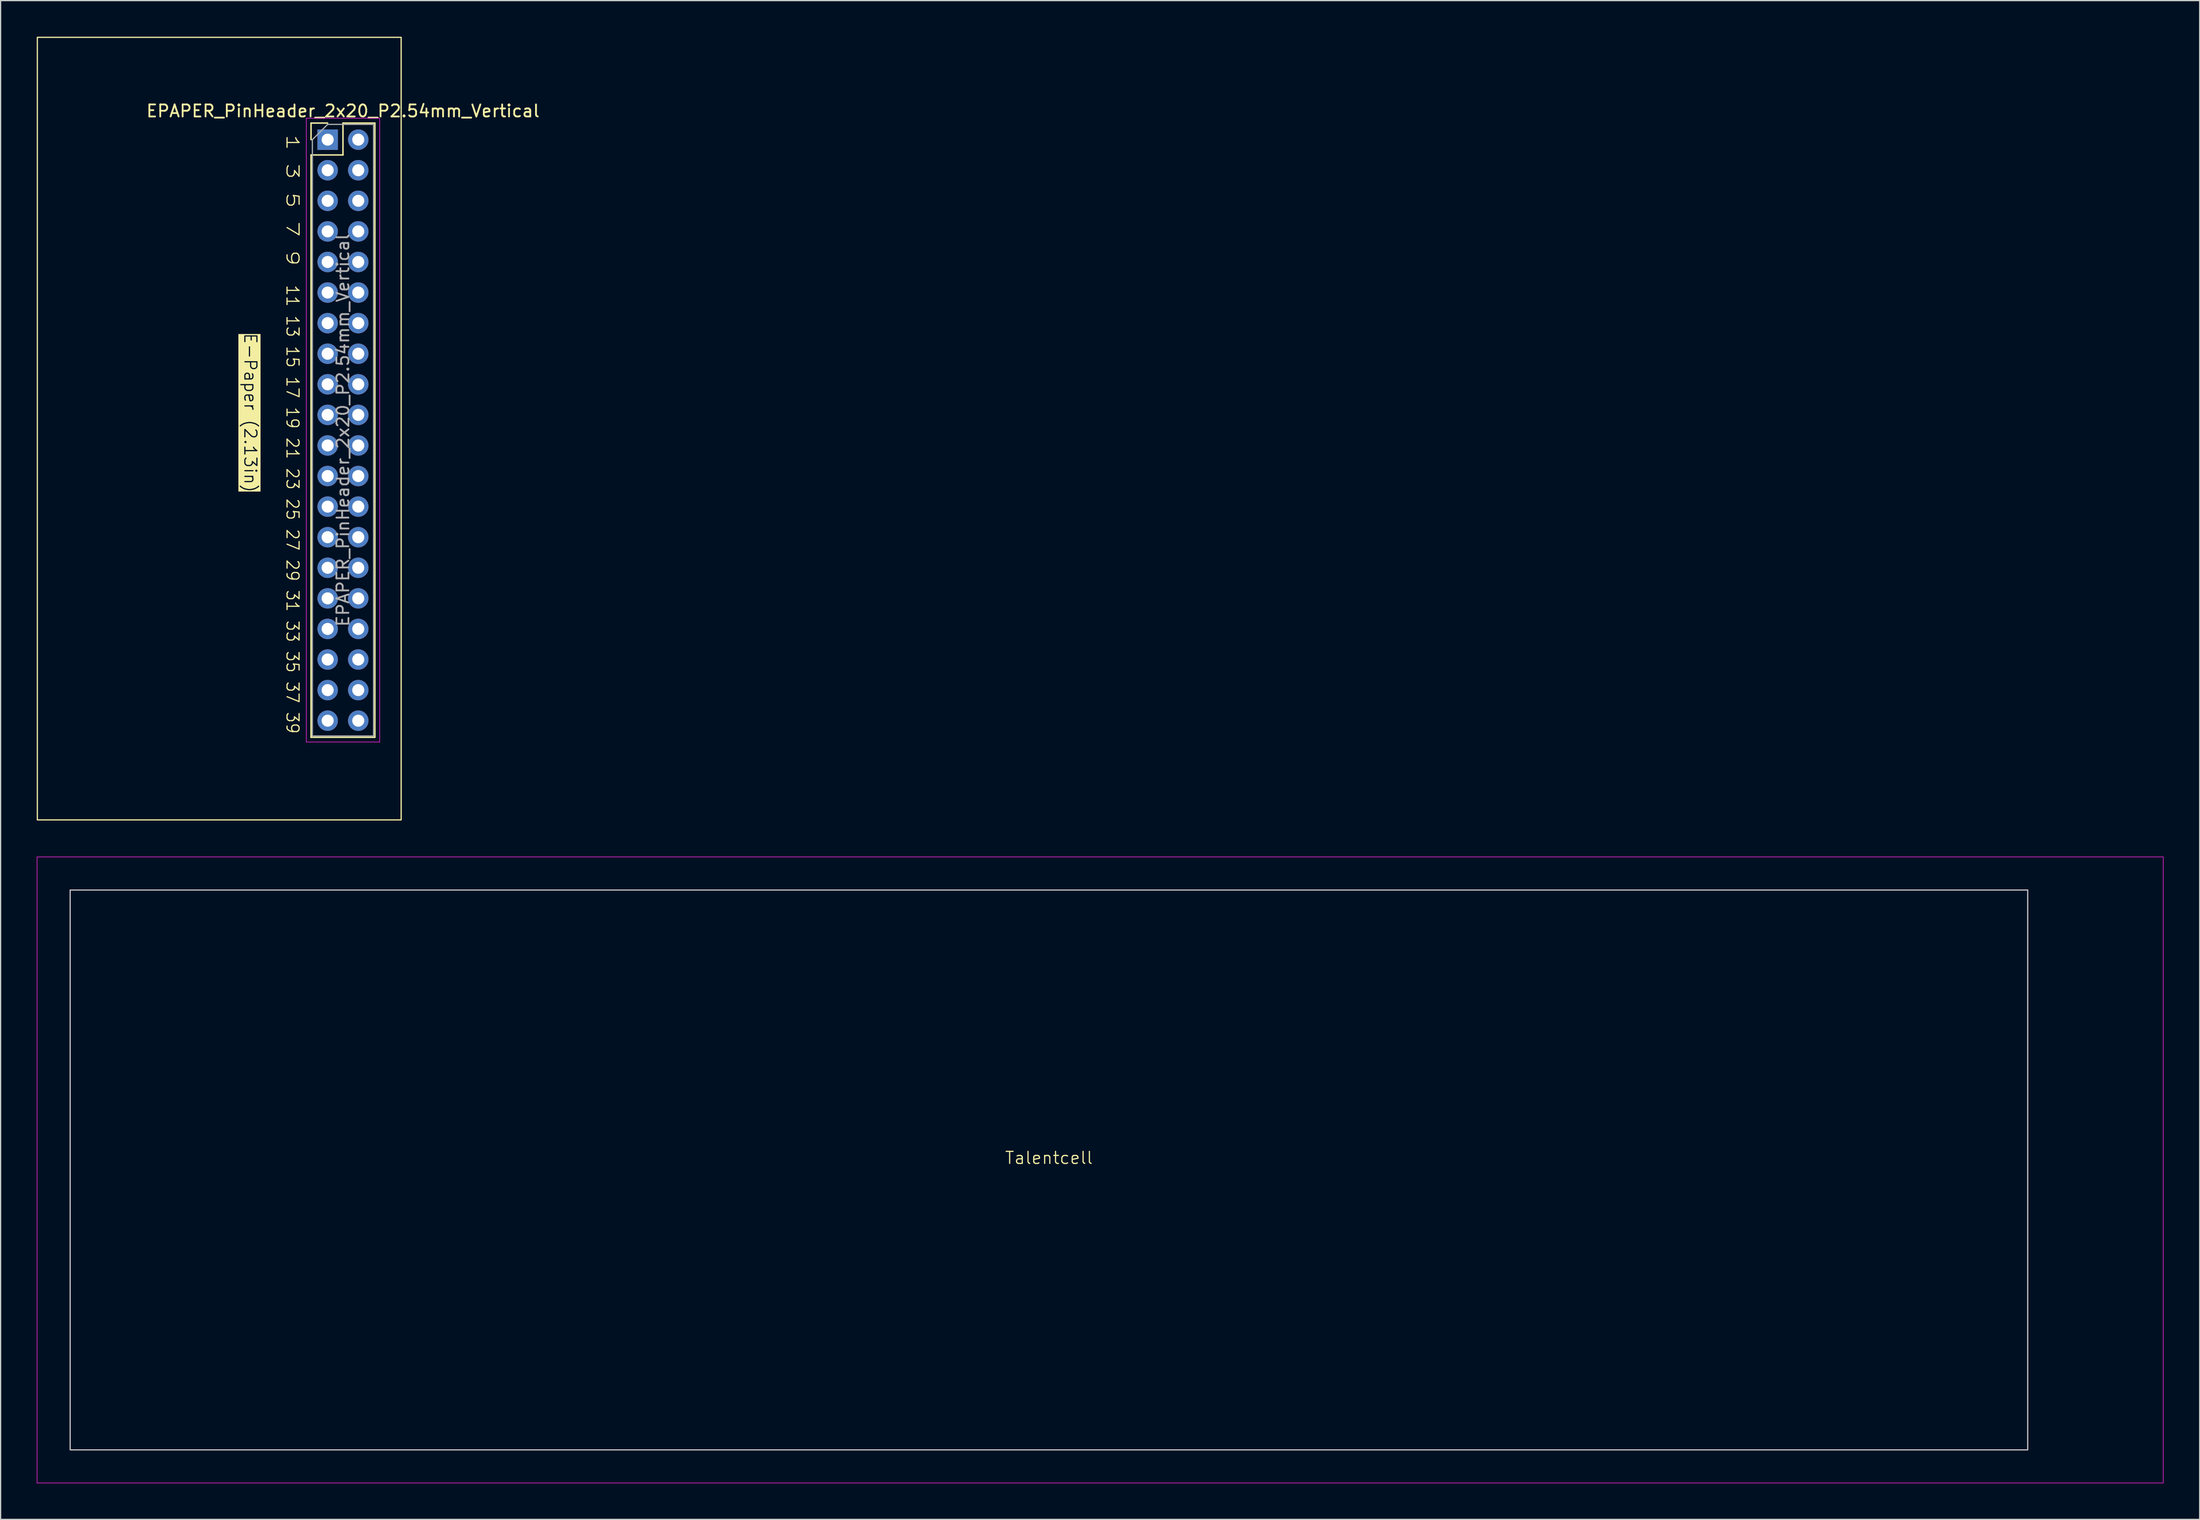
<source format=kicad_pcb>
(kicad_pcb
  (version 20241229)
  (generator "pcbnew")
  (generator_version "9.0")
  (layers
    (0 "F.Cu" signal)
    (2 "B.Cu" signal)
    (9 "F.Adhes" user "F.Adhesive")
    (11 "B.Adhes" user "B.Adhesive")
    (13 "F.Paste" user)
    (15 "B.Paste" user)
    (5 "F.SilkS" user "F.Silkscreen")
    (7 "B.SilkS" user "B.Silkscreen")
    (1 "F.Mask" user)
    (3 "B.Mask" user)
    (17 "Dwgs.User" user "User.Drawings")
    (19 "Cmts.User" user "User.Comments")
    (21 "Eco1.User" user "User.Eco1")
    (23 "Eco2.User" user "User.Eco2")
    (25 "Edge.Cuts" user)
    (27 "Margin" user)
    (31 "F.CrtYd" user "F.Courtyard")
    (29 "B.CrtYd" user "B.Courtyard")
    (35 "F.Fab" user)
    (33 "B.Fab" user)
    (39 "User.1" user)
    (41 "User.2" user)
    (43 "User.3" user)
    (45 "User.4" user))
  (footprint "Talentcell"
    (layer "F.Cu")
    (at 84.025 93.625)
    (property "Reference" "Talentcell" (at 0 -0.5 0) (unlocked yes) (layer "F.SilkS") (effects (font (size 1 1) (thickness 0.1))))
    (attr through_hole)
    (fp_rect (start -81.25 -22.75) (end 81.25 23.75) (stroke (width 0.1) (type solid)) (fill no) (layer "Dwgs.User"))
    (fp_rect (start -84 -25.5) (end 92.5 26.5) (stroke (width 0.05) (type default)) (fill no) (layer "F.CrtYd")))
  (footprint "EPAPER_PinHeader_2x20_P2.54mm_Vertical"
    (layer "F.Cu")
    (at 24.15 8.55)
    (property "Reference" "EPAPER_PinHeader_2x20_P2.54mm_Vertical" (at 1.27 -2.38 0) (layer "F.SilkS") (effects (font (size 1 1) (thickness 0.15))))
    (attr through_hole)
    (fp_line (start -1.38 -1.38) (end 0 -1.38) (stroke (width 0.12) (type solid)) (layer "F.SilkS"))
    (fp_line (start -1.38 0) (end -1.38 -1.38) (stroke (width 0.12) (type solid)) (layer "F.SilkS"))
    (fp_line (start -1.38 1.27) (end -1.38 49.64) (stroke (width 0.12) (type solid)) (layer "F.SilkS"))
    (fp_line (start -1.38 1.27) (end 1.27 1.27) (stroke (width 0.12) (type solid)) (layer "F.SilkS"))
    (fp_line (start -1.38 49.64) (end 3.92 49.64) (stroke (width 0.12) (type solid)) (layer "F.SilkS"))
    (fp_line (start 1.27 -1.38) (end 3.92 -1.38) (stroke (width 0.12) (type solid)) (layer "F.SilkS"))
    (fp_line (start 1.27 1.27) (end 1.27 -1.38) (stroke (width 0.12) (type solid)) (layer "F.SilkS"))
    (fp_line (start 3.92 -1.38) (end 3.92 49.64) (stroke (width 0.12) (type solid)) (layer "F.SilkS"))
    (fp_rect (start -24.1 -8.5) (end 6.1 56.5) (stroke (width 0.1) (type solid)) (fill no) (layer "F.SilkS"))
    (fp_line (start -1.77 -1.78) (end -1.77 50.03) (stroke (width 0.05) (type solid)) (layer "F.CrtYd"))
    (fp_line (start -1.77 50.03) (end 4.32 50.03) (stroke (width 0.05) (type solid)) (layer "F.CrtYd"))
    (fp_line (start 4.32 -1.78) (end -1.77 -1.78) (stroke (width 0.05) (type solid)) (layer "F.CrtYd"))
    (fp_line (start 4.32 50.03) (end 4.32 -1.78) (stroke (width 0.05) (type solid)) (layer "F.CrtYd"))
    (fp_line (start -1.27 0) (end 0 -1.27) (stroke (width 0.1) (type solid)) (layer "F.Fab"))
    (fp_line (start -1.27 49.53) (end -1.27 0) (stroke (width 0.1) (type solid)) (layer "F.Fab"))
    (fp_line (start 0 -1.27) (end 3.81 -1.27) (stroke (width 0.1) (type solid)) (layer "F.Fab"))
    (fp_line (start 3.81 -1.27) (end 3.81 49.53) (stroke (width 0.1) (type solid)) (layer "F.Fab"))
    (fp_line (start 3.81 49.53) (end -1.27 49.53) (stroke (width 0.1) (type solid)) (layer "F.Fab"))
    (fp_text user "1 3 5 7 9 " (at -3.5 -0.5 270) (unlocked yes) (layer "F.SilkS") (effects (font (size 1 1.4) (thickness 0.1)) (justify left bottom)))
    (fp_text user "E-Paper (2.13in)" (at -7 16 270) (unlocked yes) (layer "F.SilkS" knockout) (effects (font (size 1 1) (thickness 0.1)) (justify left bottom)))
    (fp_text user "11 13 15 17 19 21 23 25 27 29 31 33 35 37 39" (at -3.5 12 270) (unlocked yes) (layer "F.SilkS") (effects (font (size 1 0.95) (thickness 0.1)) (justify left bottom)))
    (fp_text user "${REFERENCE}" (at 1.27 24.13 90) (layer "F.Fab") (effects (font (size 1 1) (thickness 0.15))))
    (pad "1" thru_hole rect (at 0 0) (size 1.7 1.7) (drill 1) (layers "*.Cu" "*.Mask"))
    (pad "2" thru_hole circle (at 2.54 0) (size 1.7 1.7) (drill 1) (layers "*.Cu" "*.Mask"))
    (pad "3" thru_hole circle (at 0 2.54) (size 1.7 1.7) (drill 1) (layers "*.Cu" "*.Mask"))
    (pad "4" thru_hole circle (at 2.54 2.54) (size 1.7 1.7) (drill 1) (layers "*.Cu" "*.Mask"))
    (pad "5" thru_hole circle (at 0 5.08) (size 1.7 1.7) (drill 1) (layers "*.Cu" "*.Mask"))
    (pad "6" thru_hole circle (at 2.54 5.08) (size 1.7 1.7) (drill 1) (layers "*.Cu" "*.Mask"))
    (pad "7" thru_hole circle (at 0 7.62) (size 1.7 1.7) (drill 1) (layers "*.Cu" "*.Mask"))
    (pad "8" thru_hole circle (at 2.54 7.62) (size 1.7 1.7) (drill 1) (layers "*.Cu" "*.Mask"))
    (pad "9" thru_hole circle (at 0 10.16) (size 1.7 1.7) (drill 1) (layers "*.Cu" "*.Mask"))
    (pad "10" thru_hole circle (at 2.54 10.16) (size 1.7 1.7) (drill 1) (layers "*.Cu" "*.Mask"))
    (pad "11" thru_hole circle (at 0 12.7) (size 1.7 1.7) (drill 1) (layers "*.Cu" "*.Mask"))
    (pad "12" thru_hole circle (at 2.54 12.7) (size 1.7 1.7) (drill 1) (layers "*.Cu" "*.Mask"))
    (pad "13" thru_hole circle (at 0 15.24) (size 1.7 1.7) (drill 1) (layers "*.Cu" "*.Mask"))
    (pad "14" thru_hole circle (at 2.54 15.24) (size 1.7 1.7) (drill 1) (layers "*.Cu" "*.Mask"))
    (pad "15" thru_hole circle (at 0 17.78) (size 1.7 1.7) (drill 1) (layers "*.Cu" "*.Mask"))
    (pad "16" thru_hole circle (at 2.54 17.78) (size 1.7 1.7) (drill 1) (layers "*.Cu" "*.Mask"))
    (pad "17" thru_hole circle (at 0 20.32) (size 1.7 1.7) (drill 1) (layers "*.Cu" "*.Mask"))
    (pad "18" thru_hole circle (at 2.54 20.32) (size 1.7 1.7) (drill 1) (layers "*.Cu" "*.Mask"))
    (pad "19" thru_hole circle (at 0 22.86) (size 1.7 1.7) (drill 1) (layers "*.Cu" "*.Mask"))
    (pad "20" thru_hole circle (at 2.54 22.86) (size 1.7 1.7) (drill 1) (layers "*.Cu" "*.Mask"))
    (pad "21" thru_hole circle (at 0 25.4) (size 1.7 1.7) (drill 1) (layers "*.Cu" "*.Mask"))
    (pad "22" thru_hole circle (at 2.54 25.4) (size 1.7 1.7) (drill 1) (layers "*.Cu" "*.Mask"))
    (pad "23" thru_hole circle (at 0 27.94) (size 1.7 1.7) (drill 1) (layers "*.Cu" "*.Mask"))
    (pad "24" thru_hole circle (at 2.54 27.94) (size 1.7 1.7) (drill 1) (layers "*.Cu" "*.Mask"))
    (pad "25" thru_hole circle (at 0 30.48) (size 1.7 1.7) (drill 1) (layers "*.Cu" "*.Mask"))
    (pad "26" thru_hole circle (at 2.54 30.48) (size 1.7 1.7) (drill 1) (layers "*.Cu" "*.Mask"))
    (pad "27" thru_hole circle (at 0 33.02) (size 1.7 1.7) (drill 1) (layers "*.Cu" "*.Mask"))
    (pad "28" thru_hole circle (at 2.54 33.02) (size 1.7 1.7) (drill 1) (layers "*.Cu" "*.Mask"))
    (pad "29" thru_hole circle (at 0 35.56) (size 1.7 1.7) (drill 1) (layers "*.Cu" "*.Mask"))
    (pad "30" thru_hole circle (at 2.54 35.56) (size 1.7 1.7) (drill 1) (layers "*.Cu" "*.Mask"))
    (pad "31" thru_hole circle (at 0 38.1) (size 1.7 1.7) (drill 1) (layers "*.Cu" "*.Mask"))
    (pad "32" thru_hole circle (at 2.54 38.1) (size 1.7 1.7) (drill 1) (layers "*.Cu" "*.Mask"))
    (pad "33" thru_hole circle (at 0 40.64) (size 1.7 1.7) (drill 1) (layers "*.Cu" "*.Mask"))
    (pad "34" thru_hole circle (at 2.54 40.64) (size 1.7 1.7) (drill 1) (layers "*.Cu" "*.Mask"))
    (pad "35" thru_hole circle (at 0 43.18) (size 1.7 1.7) (drill 1) (layers "*.Cu" "*.Mask"))
    (pad "36" thru_hole circle (at 2.54 43.18) (size 1.7 1.7) (drill 1) (layers "*.Cu" "*.Mask"))
    (pad "37" thru_hole circle (at 0 45.72) (size 1.7 1.7) (drill 1) (layers "*.Cu" "*.Mask"))
    (pad "38" thru_hole circle (at 2.54 45.72) (size 1.7 1.7) (drill 1) (layers "*.Cu" "*.Mask"))
    (pad "39" thru_hole circle (at 0 48.26) (size 1.7 1.7) (drill 1) (layers "*.Cu" "*.Mask"))
    (pad "40" thru_hole circle (at 2.54 48.26) (size 1.7 1.7) (drill 1) (layers "*.Cu" "*.Mask")))
  (gr_rect
    (start -3 -3)
    (end 179.55 123.15)
    (stroke (width 0.1) (type default))
    (fill no)
    (layer "Edge.Cuts")))
</source>
